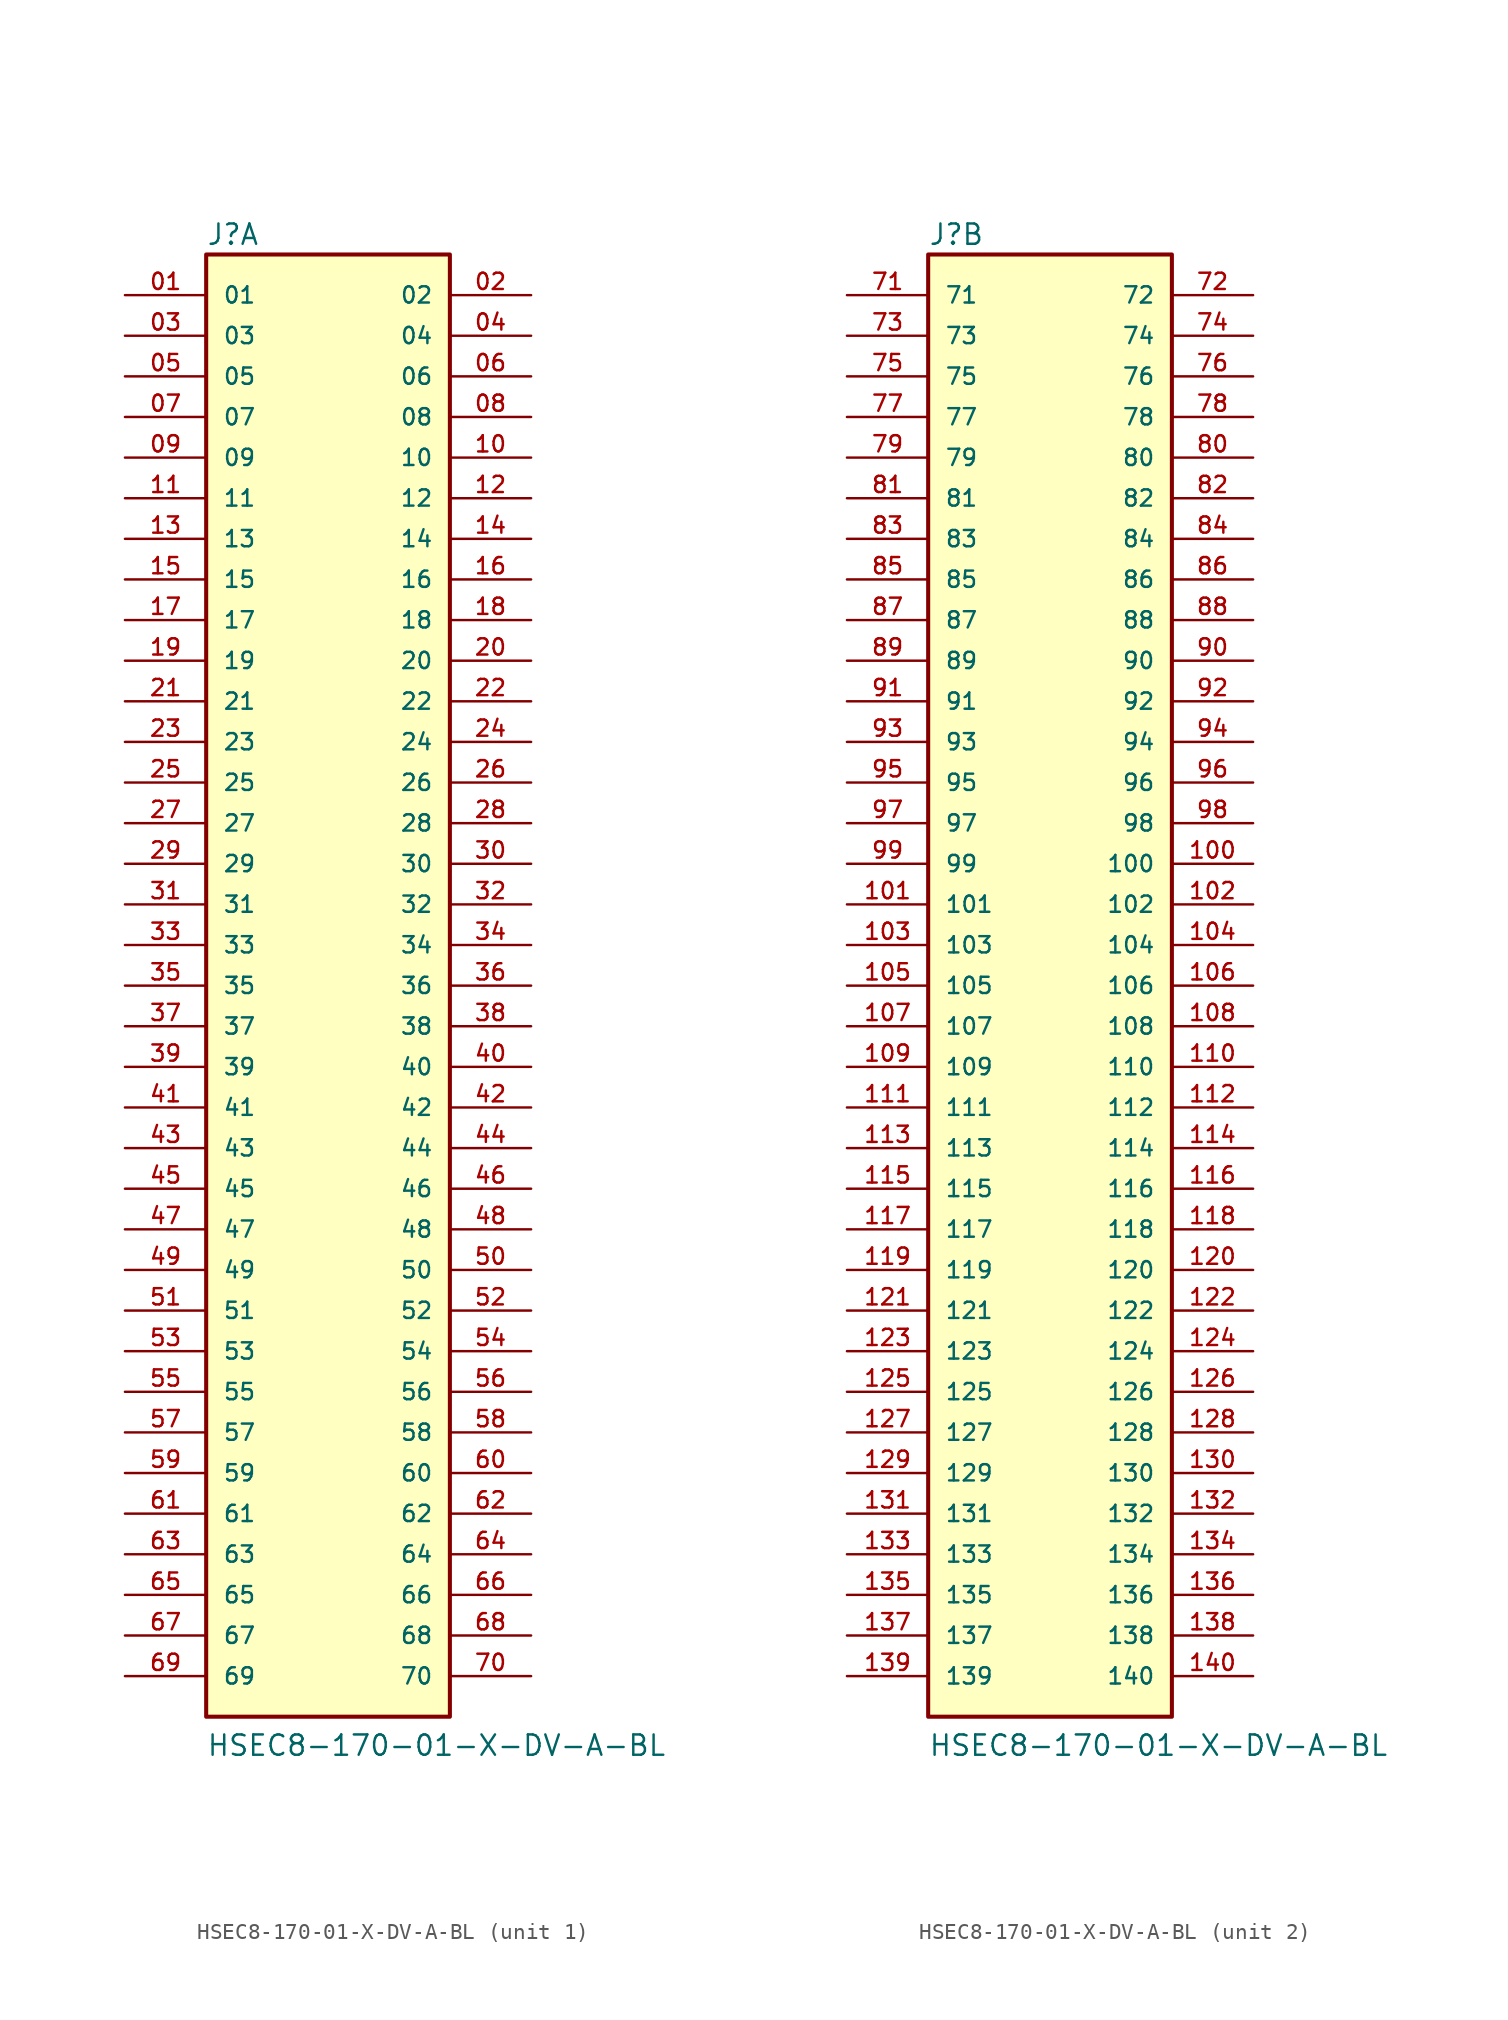
<source format=kicad_sym>
(kicad_symbol_lib
  (version 20231120)
  (generator "kicad_symbol_editor")
  (generator_version "8.0")
  (symbol "HSEC8-170-01-X-DV-A-BL"
    (pin_names
      (offset 1.016))
    (property "Reference" "J"
      (at -7.62 46.228 0)
      (effects (font (size 1.27 1.27)) (justify left bottom)))
    (property "Value" "HSEC8-170-01-X-DV-A-BL"
      (at -7.62 -48.26 0)
      (effects (font (size 1.27 1.27)) (justify left bottom)))
    (symbol "HSEC8-170-01-X-DV-A-BL_1_0"
      (rectangle (start -7.62 -45.72) (end 7.62 45.72) (stroke (width 0.254) (type default)) (fill (type background)))
      (pin passive line (at -12.7 43.18 0) (length 5.08) (name "01" (effects (font (size 1.016 1.016)))) (number "01" (effects (font (size 1.016 1.016)))))
      (pin passive line (at 12.7 43.18 180) (length 5.08) (name "02" (effects (font (size 1.016 1.016)))) (number "02" (effects (font (size 1.016 1.016)))))
      (pin passive line (at -12.7 40.64 0) (length 5.08) (name "03" (effects (font (size 1.016 1.016)))) (number "03" (effects (font (size 1.016 1.016)))))
      (pin passive line (at 12.7 40.64 180) (length 5.08) (name "04" (effects (font (size 1.016 1.016)))) (number "04" (effects (font (size 1.016 1.016)))))
      (pin passive line (at -12.7 38.1 0) (length 5.08) (name "05" (effects (font (size 1.016 1.016)))) (number "05" (effects (font (size 1.016 1.016)))))
      (pin passive line (at 12.7 38.1 180) (length 5.08) (name "06" (effects (font (size 1.016 1.016)))) (number "06" (effects (font (size 1.016 1.016)))))
      (pin passive line (at -12.7 35.56 0) (length 5.08) (name "07" (effects (font (size 1.016 1.016)))) (number "07" (effects (font (size 1.016 1.016)))))
      (pin passive line (at 12.7 35.56 180) (length 5.08) (name "08" (effects (font (size 1.016 1.016)))) (number "08" (effects (font (size 1.016 1.016)))))
      (pin passive line (at -12.7 33.02 0) (length 5.08) (name "09" (effects (font (size 1.016 1.016)))) (number "09" (effects (font (size 1.016 1.016)))))
      (pin passive line (at 12.7 33.02 180) (length 5.08) (name "10" (effects (font (size 1.016 1.016)))) (number "10" (effects (font (size 1.016 1.016)))))
      (pin passive line (at -12.7 30.48 0) (length 5.08) (name "11" (effects (font (size 1.016 1.016)))) (number "11" (effects (font (size 1.016 1.016)))))
      (pin passive line (at 12.7 30.48 180) (length 5.08) (name "12" (effects (font (size 1.016 1.016)))) (number "12" (effects (font (size 1.016 1.016)))))
      (pin passive line (at -12.7 27.94 0) (length 5.08) (name "13" (effects (font (size 1.016 1.016)))) (number "13" (effects (font (size 1.016 1.016)))))
      (pin passive line (at 12.7 27.94 180) (length 5.08) (name "14" (effects (font (size 1.016 1.016)))) (number "14" (effects (font (size 1.016 1.016)))))
      (pin passive line (at -12.7 25.4 0) (length 5.08) (name "15" (effects (font (size 1.016 1.016)))) (number "15" (effects (font (size 1.016 1.016)))))
      (pin passive line (at 12.7 25.4 180) (length 5.08) (name "16" (effects (font (size 1.016 1.016)))) (number "16" (effects (font (size 1.016 1.016)))))
      (pin passive line (at -12.7 22.86 0) (length 5.08) (name "17" (effects (font (size 1.016 1.016)))) (number "17" (effects (font (size 1.016 1.016)))))
      (pin passive line (at 12.7 22.86 180) (length 5.08) (name "18" (effects (font (size 1.016 1.016)))) (number "18" (effects (font (size 1.016 1.016)))))
      (pin passive line (at -12.7 20.32 0) (length 5.08) (name "19" (effects (font (size 1.016 1.016)))) (number "19" (effects (font (size 1.016 1.016)))))
      (pin passive line (at 12.7 20.32 180) (length 5.08) (name "20" (effects (font (size 1.016 1.016)))) (number "20" (effects (font (size 1.016 1.016)))))
      (pin passive line (at -12.7 17.78 0) (length 5.08) (name "21" (effects (font (size 1.016 1.016)))) (number "21" (effects (font (size 1.016 1.016)))))
      (pin passive line (at 12.7 17.78 180) (length 5.08) (name "22" (effects (font (size 1.016 1.016)))) (number "22" (effects (font (size 1.016 1.016)))))
      (pin passive line (at -12.7 15.24 0) (length 5.08) (name "23" (effects (font (size 1.016 1.016)))) (number "23" (effects (font (size 1.016 1.016)))))
      (pin passive line (at 12.7 15.24 180) (length 5.08) (name "24" (effects (font (size 1.016 1.016)))) (number "24" (effects (font (size 1.016 1.016)))))
      (pin passive line (at -12.7 12.7 0) (length 5.08) (name "25" (effects (font (size 1.016 1.016)))) (number "25" (effects (font (size 1.016 1.016)))))
      (pin passive line (at 12.7 12.7 180) (length 5.08) (name "26" (effects (font (size 1.016 1.016)))) (number "26" (effects (font (size 1.016 1.016)))))
      (pin passive line (at -12.7 10.16 0) (length 5.08) (name "27" (effects (font (size 1.016 1.016)))) (number "27" (effects (font (size 1.016 1.016)))))
      (pin passive line (at 12.7 10.16 180) (length 5.08) (name "28" (effects (font (size 1.016 1.016)))) (number "28" (effects (font (size 1.016 1.016)))))
      (pin passive line (at -12.7 7.62 0) (length 5.08) (name "29" (effects (font (size 1.016 1.016)))) (number "29" (effects (font (size 1.016 1.016)))))
      (pin passive line (at 12.7 7.62 180) (length 5.08) (name "30" (effects (font (size 1.016 1.016)))) (number "30" (effects (font (size 1.016 1.016)))))
      (pin passive line (at -12.7 5.08 0) (length 5.08) (name "31" (effects (font (size 1.016 1.016)))) (number "31" (effects (font (size 1.016 1.016)))))
      (pin passive line (at 12.7 5.08 180) (length 5.08) (name "32" (effects (font (size 1.016 1.016)))) (number "32" (effects (font (size 1.016 1.016)))))
      (pin passive line (at -12.7 2.54 0) (length 5.08) (name "33" (effects (font (size 1.016 1.016)))) (number "33" (effects (font (size 1.016 1.016)))))
      (pin passive line (at 12.7 2.54 180) (length 5.08) (name "34" (effects (font (size 1.016 1.016)))) (number "34" (effects (font (size 1.016 1.016)))))
      (pin passive line (at -12.7 0 0) (length 5.08) (name "35" (effects (font (size 1.016 1.016)))) (number "35" (effects (font (size 1.016 1.016)))))
      (pin passive line (at 12.7 0 180) (length 5.08) (name "36" (effects (font (size 1.016 1.016)))) (number "36" (effects (font (size 1.016 1.016)))))
      (pin passive line (at -12.7 -2.54 0) (length 5.08) (name "37" (effects (font (size 1.016 1.016)))) (number "37" (effects (font (size 1.016 1.016)))))
      (pin passive line (at 12.7 -2.54 180) (length 5.08) (name "38" (effects (font (size 1.016 1.016)))) (number "38" (effects (font (size 1.016 1.016)))))
      (pin passive line (at -12.7 -5.08 0) (length 5.08) (name "39" (effects (font (size 1.016 1.016)))) (number "39" (effects (font (size 1.016 1.016)))))
      (pin passive line (at 12.7 -5.08 180) (length 5.08) (name "40" (effects (font (size 1.016 1.016)))) (number "40" (effects (font (size 1.016 1.016)))))
      (pin passive line (at -12.7 -7.62 0) (length 5.08) (name "41" (effects (font (size 1.016 1.016)))) (number "41" (effects (font (size 1.016 1.016)))))
      (pin passive line (at 12.7 -7.62 180) (length 5.08) (name "42" (effects (font (size 1.016 1.016)))) (number "42" (effects (font (size 1.016 1.016)))))
      (pin passive line (at -12.7 -10.16 0) (length 5.08) (name "43" (effects (font (size 1.016 1.016)))) (number "43" (effects (font (size 1.016 1.016)))))
      (pin passive line (at 12.7 -10.16 180) (length 5.08) (name "44" (effects (font (size 1.016 1.016)))) (number "44" (effects (font (size 1.016 1.016)))))
      (pin passive line (at -12.7 -12.7 0) (length 5.08) (name "45" (effects (font (size 1.016 1.016)))) (number "45" (effects (font (size 1.016 1.016)))))
      (pin passive line (at 12.7 -12.7 180) (length 5.08) (name "46" (effects (font (size 1.016 1.016)))) (number "46" (effects (font (size 1.016 1.016)))))
      (pin passive line (at -12.7 -15.24 0) (length 5.08) (name "47" (effects (font (size 1.016 1.016)))) (number "47" (effects (font (size 1.016 1.016)))))
      (pin passive line (at 12.7 -15.24 180) (length 5.08) (name "48" (effects (font (size 1.016 1.016)))) (number "48" (effects (font (size 1.016 1.016)))))
      (pin passive line (at -12.7 -17.78 0) (length 5.08) (name "49" (effects (font (size 1.016 1.016)))) (number "49" (effects (font (size 1.016 1.016)))))
      (pin passive line (at 12.7 -17.78 180) (length 5.08) (name "50" (effects (font (size 1.016 1.016)))) (number "50" (effects (font (size 1.016 1.016)))))
      (pin passive line (at -12.7 -20.32 0) (length 5.08) (name "51" (effects (font (size 1.016 1.016)))) (number "51" (effects (font (size 1.016 1.016)))))
      (pin passive line (at 12.7 -20.32 180) (length 5.08) (name "52" (effects (font (size 1.016 1.016)))) (number "52" (effects (font (size 1.016 1.016)))))
      (pin passive line (at -12.7 -22.86 0) (length 5.08) (name "53" (effects (font (size 1.016 1.016)))) (number "53" (effects (font (size 1.016 1.016)))))
      (pin passive line (at 12.7 -22.86 180) (length 5.08) (name "54" (effects (font (size 1.016 1.016)))) (number "54" (effects (font (size 1.016 1.016)))))
      (pin passive line (at -12.7 -25.4 0) (length 5.08) (name "55" (effects (font (size 1.016 1.016)))) (number "55" (effects (font (size 1.016 1.016)))))
      (pin passive line (at 12.7 -25.4 180) (length 5.08) (name "56" (effects (font (size 1.016 1.016)))) (number "56" (effects (font (size 1.016 1.016)))))
      (pin passive line (at -12.7 -27.94 0) (length 5.08) (name "57" (effects (font (size 1.016 1.016)))) (number "57" (effects (font (size 1.016 1.016)))))
      (pin passive line (at 12.7 -27.94 180) (length 5.08) (name "58" (effects (font (size 1.016 1.016)))) (number "58" (effects (font (size 1.016 1.016)))))
      (pin passive line (at -12.7 -30.48 0) (length 5.08) (name "59" (effects (font (size 1.016 1.016)))) (number "59" (effects (font (size 1.016 1.016)))))
      (pin passive line (at 12.7 -30.48 180) (length 5.08) (name "60" (effects (font (size 1.016 1.016)))) (number "60" (effects (font (size 1.016 1.016)))))
      (pin passive line (at -12.7 -33.02 0) (length 5.08) (name "61" (effects (font (size 1.016 1.016)))) (number "61" (effects (font (size 1.016 1.016)))))
      (pin passive line (at 12.7 -33.02 180) (length 5.08) (name "62" (effects (font (size 1.016 1.016)))) (number "62" (effects (font (size 1.016 1.016)))))
      (pin passive line (at -12.7 -35.56 0) (length 5.08) (name "63" (effects (font (size 1.016 1.016)))) (number "63" (effects (font (size 1.016 1.016)))))
      (pin passive line (at 12.7 -35.56 180) (length 5.08) (name "64" (effects (font (size 1.016 1.016)))) (number "64" (effects (font (size 1.016 1.016)))))
      (pin passive line (at -12.7 -38.1 0) (length 5.08) (name "65" (effects (font (size 1.016 1.016)))) (number "65" (effects (font (size 1.016 1.016)))))
      (pin passive line (at 12.7 -38.1 180) (length 5.08) (name "66" (effects (font (size 1.016 1.016)))) (number "66" (effects (font (size 1.016 1.016)))))
      (pin passive line (at -12.7 -40.64 0) (length 5.08) (name "67" (effects (font (size 1.016 1.016)))) (number "67" (effects (font (size 1.016 1.016)))))
      (pin passive line (at 12.7 -40.64 180) (length 5.08) (name "68" (effects (font (size 1.016 1.016)))) (number "68" (effects (font (size 1.016 1.016)))))
      (pin passive line (at -12.7 -43.18 0) (length 5.08) (name "69" (effects (font (size 1.016 1.016)))) (number "69" (effects (font (size 1.016 1.016)))))
      (pin passive line (at 12.7 -43.18 180) (length 5.08) (name "70" (effects (font (size 1.016 1.016)))) (number "70" (effects (font (size 1.016 1.016))))))
    (symbol "HSEC8-170-01-X-DV-A-BL_2_0"
      (rectangle (start -7.62 -45.72) (end 7.62 45.72) (stroke (width 0.254) (type default)) (fill (type background)))
      (pin passive line (at 12.7 7.62 180) (length 5.08) (name "100" (effects (font (size 1.016 1.016)))) (number "100" (effects (font (size 1.016 1.016)))))
      (pin passive line (at -12.7 5.08 0) (length 5.08) (name "101" (effects (font (size 1.016 1.016)))) (number "101" (effects (font (size 1.016 1.016)))))
      (pin passive line (at 12.7 5.08 180) (length 5.08) (name "102" (effects (font (size 1.016 1.016)))) (number "102" (effects (font (size 1.016 1.016)))))
      (pin passive line (at -12.7 2.54 0) (length 5.08) (name "103" (effects (font (size 1.016 1.016)))) (number "103" (effects (font (size 1.016 1.016)))))
      (pin passive line (at 12.7 2.54 180) (length 5.08) (name "104" (effects (font (size 1.016 1.016)))) (number "104" (effects (font (size 1.016 1.016)))))
      (pin passive line (at -12.7 0 0) (length 5.08) (name "105" (effects (font (size 1.016 1.016)))) (number "105" (effects (font (size 1.016 1.016)))))
      (pin passive line (at 12.7 0 180) (length 5.08) (name "106" (effects (font (size 1.016 1.016)))) (number "106" (effects (font (size 1.016 1.016)))))
      (pin passive line (at -12.7 -2.54 0) (length 5.08) (name "107" (effects (font (size 1.016 1.016)))) (number "107" (effects (font (size 1.016 1.016)))))
      (pin passive line (at 12.7 -2.54 180) (length 5.08) (name "108" (effects (font (size 1.016 1.016)))) (number "108" (effects (font (size 1.016 1.016)))))
      (pin passive line (at -12.7 -5.08 0) (length 5.08) (name "109" (effects (font (size 1.016 1.016)))) (number "109" (effects (font (size 1.016 1.016)))))
      (pin passive line (at 12.7 -5.08 180) (length 5.08) (name "110" (effects (font (size 1.016 1.016)))) (number "110" (effects (font (size 1.016 1.016)))))
      (pin passive line (at -12.7 -7.62 0) (length 5.08) (name "111" (effects (font (size 1.016 1.016)))) (number "111" (effects (font (size 1.016 1.016)))))
      (pin passive line (at 12.7 -7.62 180) (length 5.08) (name "112" (effects (font (size 1.016 1.016)))) (number "112" (effects (font (size 1.016 1.016)))))
      (pin passive line (at -12.7 -10.16 0) (length 5.08) (name "113" (effects (font (size 1.016 1.016)))) (number "113" (effects (font (size 1.016 1.016)))))
      (pin passive line (at 12.7 -10.16 180) (length 5.08) (name "114" (effects (font (size 1.016 1.016)))) (number "114" (effects (font (size 1.016 1.016)))))
      (pin passive line (at -12.7 -12.7 0) (length 5.08) (name "115" (effects (font (size 1.016 1.016)))) (number "115" (effects (font (size 1.016 1.016)))))
      (pin passive line (at 12.7 -12.7 180) (length 5.08) (name "116" (effects (font (size 1.016 1.016)))) (number "116" (effects (font (size 1.016 1.016)))))
      (pin passive line (at -12.7 -15.24 0) (length 5.08) (name "117" (effects (font (size 1.016 1.016)))) (number "117" (effects (font (size 1.016 1.016)))))
      (pin passive line (at 12.7 -15.24 180) (length 5.08) (name "118" (effects (font (size 1.016 1.016)))) (number "118" (effects (font (size 1.016 1.016)))))
      (pin passive line (at -12.7 -17.78 0) (length 5.08) (name "119" (effects (font (size 1.016 1.016)))) (number "119" (effects (font (size 1.016 1.016)))))
      (pin passive line (at 12.7 -17.78 180) (length 5.08) (name "120" (effects (font (size 1.016 1.016)))) (number "120" (effects (font (size 1.016 1.016)))))
      (pin passive line (at -12.7 -20.32 0) (length 5.08) (name "121" (effects (font (size 1.016 1.016)))) (number "121" (effects (font (size 1.016 1.016)))))
      (pin passive line (at 12.7 -20.32 180) (length 5.08) (name "122" (effects (font (size 1.016 1.016)))) (number "122" (effects (font (size 1.016 1.016)))))
      (pin passive line (at -12.7 -22.86 0) (length 5.08) (name "123" (effects (font (size 1.016 1.016)))) (number "123" (effects (font (size 1.016 1.016)))))
      (pin passive line (at 12.7 -22.86 180) (length 5.08) (name "124" (effects (font (size 1.016 1.016)))) (number "124" (effects (font (size 1.016 1.016)))))
      (pin passive line (at -12.7 -25.4 0) (length 5.08) (name "125" (effects (font (size 1.016 1.016)))) (number "125" (effects (font (size 1.016 1.016)))))
      (pin passive line (at 12.7 -25.4 180) (length 5.08) (name "126" (effects (font (size 1.016 1.016)))) (number "126" (effects (font (size 1.016 1.016)))))
      (pin passive line (at -12.7 -27.94 0) (length 5.08) (name "127" (effects (font (size 1.016 1.016)))) (number "127" (effects (font (size 1.016 1.016)))))
      (pin passive line (at 12.7 -27.94 180) (length 5.08) (name "128" (effects (font (size 1.016 1.016)))) (number "128" (effects (font (size 1.016 1.016)))))
      (pin passive line (at -12.7 -30.48 0) (length 5.08) (name "129" (effects (font (size 1.016 1.016)))) (number "129" (effects (font (size 1.016 1.016)))))
      (pin passive line (at 12.7 -30.48 180) (length 5.08) (name "130" (effects (font (size 1.016 1.016)))) (number "130" (effects (font (size 1.016 1.016)))))
      (pin passive line (at -12.7 -33.02 0) (length 5.08) (name "131" (effects (font (size 1.016 1.016)))) (number "131" (effects (font (size 1.016 1.016)))))
      (pin passive line (at 12.7 -33.02 180) (length 5.08) (name "132" (effects (font (size 1.016 1.016)))) (number "132" (effects (font (size 1.016 1.016)))))
      (pin passive line (at -12.7 -35.56 0) (length 5.08) (name "133" (effects (font (size 1.016 1.016)))) (number "133" (effects (font (size 1.016 1.016)))))
      (pin passive line (at 12.7 -35.56 180) (length 5.08) (name "134" (effects (font (size 1.016 1.016)))) (number "134" (effects (font (size 1.016 1.016)))))
      (pin passive line (at -12.7 -38.1 0) (length 5.08) (name "135" (effects (font (size 1.016 1.016)))) (number "135" (effects (font (size 1.016 1.016)))))
      (pin passive line (at 12.7 -38.1 180) (length 5.08) (name "136" (effects (font (size 1.016 1.016)))) (number "136" (effects (font (size 1.016 1.016)))))
      (pin passive line (at -12.7 -40.64 0) (length 5.08) (name "137" (effects (font (size 1.016 1.016)))) (number "137" (effects (font (size 1.016 1.016)))))
      (pin passive line (at 12.7 -40.64 180) (length 5.08) (name "138" (effects (font (size 1.016 1.016)))) (number "138" (effects (font (size 1.016 1.016)))))
      (pin passive line (at -12.7 -43.18 0) (length 5.08) (name "139" (effects (font (size 1.016 1.016)))) (number "139" (effects (font (size 1.016 1.016)))))
      (pin passive line (at 12.7 -43.18 180) (length 5.08) (name "140" (effects (font (size 1.016 1.016)))) (number "140" (effects (font (size 1.016 1.016)))))
      (pin passive line (at -12.7 43.18 0) (length 5.08) (name "71" (effects (font (size 1.016 1.016)))) (number "71" (effects (font (size 1.016 1.016)))))
      (pin passive line (at 12.7 43.18 180) (length 5.08) (name "72" (effects (font (size 1.016 1.016)))) (number "72" (effects (font (size 1.016 1.016)))))
      (pin passive line (at -12.7 40.64 0) (length 5.08) (name "73" (effects (font (size 1.016 1.016)))) (number "73" (effects (font (size 1.016 1.016)))))
      (pin passive line (at 12.7 40.64 180) (length 5.08) (name "74" (effects (font (size 1.016 1.016)))) (number "74" (effects (font (size 1.016 1.016)))))
      (pin passive line (at -12.7 38.1 0) (length 5.08) (name "75" (effects (font (size 1.016 1.016)))) (number "75" (effects (font (size 1.016 1.016)))))
      (pin passive line (at 12.7 38.1 180) (length 5.08) (name "76" (effects (font (size 1.016 1.016)))) (number "76" (effects (font (size 1.016 1.016)))))
      (pin passive line (at -12.7 35.56 0) (length 5.08) (name "77" (effects (font (size 1.016 1.016)))) (number "77" (effects (font (size 1.016 1.016)))))
      (pin passive line (at 12.7 35.56 180) (length 5.08) (name "78" (effects (font (size 1.016 1.016)))) (number "78" (effects (font (size 1.016 1.016)))))
      (pin passive line (at -12.7 33.02 0) (length 5.08) (name "79" (effects (font (size 1.016 1.016)))) (number "79" (effects (font (size 1.016 1.016)))))
      (pin passive line (at 12.7 33.02 180) (length 5.08) (name "80" (effects (font (size 1.016 1.016)))) (number "80" (effects (font (size 1.016 1.016)))))
      (pin passive line (at -12.7 30.48 0) (length 5.08) (name "81" (effects (font (size 1.016 1.016)))) (number "81" (effects (font (size 1.016 1.016)))))
      (pin passive line (at 12.7 30.48 180) (length 5.08) (name "82" (effects (font (size 1.016 1.016)))) (number "82" (effects (font (size 1.016 1.016)))))
      (pin passive line (at -12.7 27.94 0) (length 5.08) (name "83" (effects (font (size 1.016 1.016)))) (number "83" (effects (font (size 1.016 1.016)))))
      (pin passive line (at 12.7 27.94 180) (length 5.08) (name "84" (effects (font (size 1.016 1.016)))) (number "84" (effects (font (size 1.016 1.016)))))
      (pin passive line (at -12.7 25.4 0) (length 5.08) (name "85" (effects (font (size 1.016 1.016)))) (number "85" (effects (font (size 1.016 1.016)))))
      (pin passive line (at 12.7 25.4 180) (length 5.08) (name "86" (effects (font (size 1.016 1.016)))) (number "86" (effects (font (size 1.016 1.016)))))
      (pin passive line (at -12.7 22.86 0) (length 5.08) (name "87" (effects (font (size 1.016 1.016)))) (number "87" (effects (font (size 1.016 1.016)))))
      (pin passive line (at 12.7 22.86 180) (length 5.08) (name "88" (effects (font (size 1.016 1.016)))) (number "88" (effects (font (size 1.016 1.016)))))
      (pin passive line (at -12.7 20.32 0) (length 5.08) (name "89" (effects (font (size 1.016 1.016)))) (number "89" (effects (font (size 1.016 1.016)))))
      (pin passive line (at 12.7 20.32 180) (length 5.08) (name "90" (effects (font (size 1.016 1.016)))) (number "90" (effects (font (size 1.016 1.016)))))
      (pin passive line (at -12.7 17.78 0) (length 5.08) (name "91" (effects (font (size 1.016 1.016)))) (number "91" (effects (font (size 1.016 1.016)))))
      (pin passive line (at 12.7 17.78 180) (length 5.08) (name "92" (effects (font (size 1.016 1.016)))) (number "92" (effects (font (size 1.016 1.016)))))
      (pin passive line (at -12.7 15.24 0) (length 5.08) (name "93" (effects (font (size 1.016 1.016)))) (number "93" (effects (font (size 1.016 1.016)))))
      (pin passive line (at 12.7 15.24 180) (length 5.08) (name "94" (effects (font (size 1.016 1.016)))) (number "94" (effects (font (size 1.016 1.016)))))
      (pin passive line (at -12.7 12.7 0) (length 5.08) (name "95" (effects (font (size 1.016 1.016)))) (number "95" (effects (font (size 1.016 1.016)))))
      (pin passive line (at 12.7 12.7 180) (length 5.08) (name "96" (effects (font (size 1.016 1.016)))) (number "96" (effects (font (size 1.016 1.016)))))
      (pin passive line (at -12.7 10.16 0) (length 5.08) (name "97" (effects (font (size 1.016 1.016)))) (number "97" (effects (font (size 1.016 1.016)))))
      (pin passive line (at 12.7 10.16 180) (length 5.08) (name "98" (effects (font (size 1.016 1.016)))) (number "98" (effects (font (size 1.016 1.016)))))
      (pin passive line (at -12.7 7.62 0) (length 5.08) (name "99" (effects (font (size 1.016 1.016)))) (number "99" (effects (font (size 1.016 1.016))))))))
</source>
